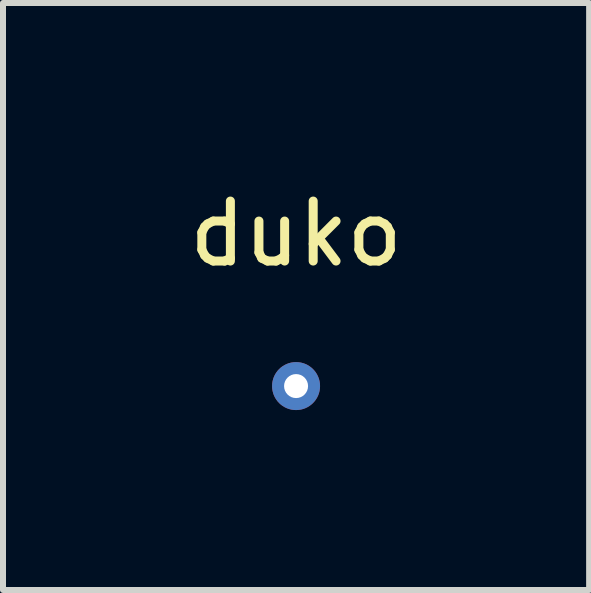
<source format=kicad_pcb>
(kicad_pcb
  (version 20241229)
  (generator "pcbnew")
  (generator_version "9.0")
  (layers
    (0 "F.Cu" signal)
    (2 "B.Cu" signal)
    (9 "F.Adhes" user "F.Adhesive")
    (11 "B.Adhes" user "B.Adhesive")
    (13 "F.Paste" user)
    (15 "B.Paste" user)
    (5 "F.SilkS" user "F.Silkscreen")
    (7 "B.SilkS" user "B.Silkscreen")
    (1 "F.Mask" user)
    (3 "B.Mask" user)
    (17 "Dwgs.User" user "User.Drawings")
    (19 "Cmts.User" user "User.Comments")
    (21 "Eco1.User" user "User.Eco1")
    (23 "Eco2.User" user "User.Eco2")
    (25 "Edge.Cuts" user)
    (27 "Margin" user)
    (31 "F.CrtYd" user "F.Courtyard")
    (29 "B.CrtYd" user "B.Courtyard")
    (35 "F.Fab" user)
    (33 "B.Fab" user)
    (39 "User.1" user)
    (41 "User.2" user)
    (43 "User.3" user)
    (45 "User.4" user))
  (footprint "duko"
    (layer "F.Cu")
    (at 1.887 3.388)
    (property "Reference" "duko" (at 0 -2.54 0) (layer "F.SilkS") (effects (font (size 1 1) (thickness 0.15))))
    (attr through_hole)
    (pad "1" thru_hole circle (at 0 0) (size 0.8 0.8) (drill 0.4) (layers "*.Cu" "*.Mask")))
  (gr_rect
    (start -3 -3)
    (end 6.774 6.788)
    (stroke (width 0.1) (type default))
    (fill no)
    (layer "Edge.Cuts")))
</source>
